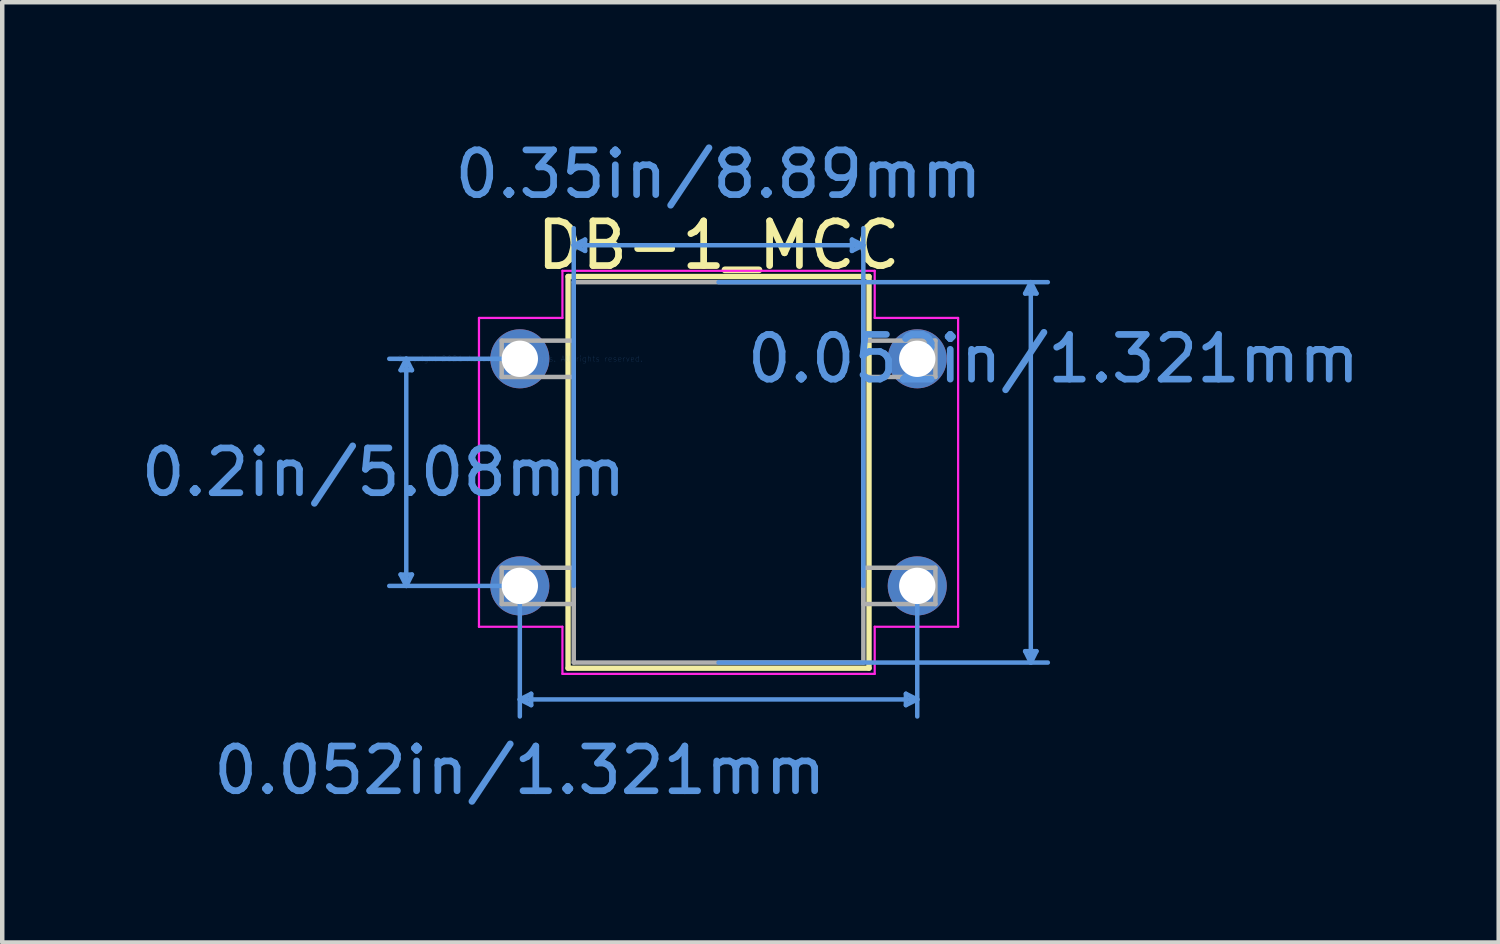
<source format=kicad_pcb>
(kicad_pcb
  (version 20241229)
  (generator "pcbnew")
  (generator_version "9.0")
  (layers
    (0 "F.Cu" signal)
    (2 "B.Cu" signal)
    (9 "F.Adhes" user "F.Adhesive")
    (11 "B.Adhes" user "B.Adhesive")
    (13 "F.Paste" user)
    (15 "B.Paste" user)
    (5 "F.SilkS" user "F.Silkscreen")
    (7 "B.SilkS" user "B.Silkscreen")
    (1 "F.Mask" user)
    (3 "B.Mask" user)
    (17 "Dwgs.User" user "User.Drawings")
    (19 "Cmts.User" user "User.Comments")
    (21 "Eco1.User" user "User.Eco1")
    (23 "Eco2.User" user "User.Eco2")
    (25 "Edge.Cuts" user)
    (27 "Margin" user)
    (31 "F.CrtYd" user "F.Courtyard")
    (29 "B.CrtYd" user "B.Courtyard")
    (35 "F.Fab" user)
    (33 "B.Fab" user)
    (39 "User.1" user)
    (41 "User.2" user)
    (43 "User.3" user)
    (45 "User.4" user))
  (footprint "DB-1_MCC"
    (layer "F.Cu")
    (at 8.578 4.976)
    (property "Reference" "DB-1_MCC" (at 4.445 -2.54 0) (layer "F.SilkS") (effects (font (size 1 1) (thickness 0.15))))
    (attr through_hole)
    (fp_line (start 1.079 -1.841) (end 1.079 6.921) (stroke (width 0.12) (type solid)) (layer "F.SilkS"))
    (fp_line (start 1.079 6.921) (end 7.811 6.921) (stroke (width 0.12) (type solid)) (layer "F.SilkS"))
    (fp_line (start 7.811 -1.841) (end 1.079 -1.841) (stroke (width 0.12) (type solid)) (layer "F.SilkS"))
    (fp_line (start 7.811 6.921) (end 7.811 -1.841) (stroke (width 0.12) (type solid)) (layer "F.SilkS"))
    (fp_line (start -2.667 0.254) (end -2.413 0.254) (stroke (width 0.1) (type solid)) (layer "Cmts.User"))
    (fp_line (start -2.667 4.826) (end -2.413 4.826) (stroke (width 0.1) (type solid)) (layer "Cmts.User"))
    (fp_line (start -2.54 0) (end -2.667 0.254) (stroke (width 0.1) (type solid)) (layer "Cmts.User"))
    (fp_line (start -2.54 0) (end -2.54 5.08) (stroke (width 0.1) (type solid)) (layer "Cmts.User"))
    (fp_line (start -2.54 0) (end -2.413 0.254) (stroke (width 0.1) (type solid)) (layer "Cmts.User"))
    (fp_line (start -2.54 5.08) (end -2.667 4.826) (stroke (width 0.1) (type solid)) (layer "Cmts.User"))
    (fp_line (start -2.54 5.08) (end -2.413 4.826) (stroke (width 0.1) (type solid)) (layer "Cmts.User"))
    (fp_line (start 0 0) (end -2.921 0) (stroke (width 0.1) (type solid)) (layer "Cmts.User"))
    (fp_line (start 0 5.08) (end -2.921 5.08) (stroke (width 0.1) (type solid)) (layer "Cmts.User"))
    (fp_line (start 0 5.08) (end 0 8.001) (stroke (width 0.1) (type solid)) (layer "Cmts.User"))
    (fp_line (start 0 7.62) (end 0.254 7.493) (stroke (width 0.1) (type solid)) (layer "Cmts.User"))
    (fp_line (start 0 7.62) (end 0.254 7.747) (stroke (width 0.1) (type solid)) (layer "Cmts.User"))
    (fp_line (start 0 7.62) (end 8.89 7.62) (stroke (width 0.1) (type solid)) (layer "Cmts.User"))
    (fp_line (start 0.254 7.493) (end 0.254 7.747) (stroke (width 0.1) (type solid)) (layer "Cmts.User"))
    (fp_line (start 1.206 -2.54) (end 1.46 -2.667) (stroke (width 0.1) (type solid)) (layer "Cmts.User"))
    (fp_line (start 1.206 -2.54) (end 1.46 -2.413) (stroke (width 0.1) (type solid)) (layer "Cmts.User"))
    (fp_line (start 1.206 -2.54) (end 7.684 -2.54) (stroke (width 0.1) (type solid)) (layer "Cmts.User"))
    (fp_line (start 1.206 5.08) (end 1.206 -2.921) (stroke (width 0.1) (type solid)) (layer "Cmts.User"))
    (fp_line (start 1.46 -2.667) (end 1.46 -2.413) (stroke (width 0.1) (type solid)) (layer "Cmts.User"))
    (fp_line (start 4.445 -1.714) (end 11.811 -1.714) (stroke (width 0.1) (type solid)) (layer "Cmts.User"))
    (fp_line (start 4.445 6.795) (end 11.811 6.795) (stroke (width 0.1) (type solid)) (layer "Cmts.User"))
    (fp_line (start 7.429 -2.667) (end 7.429 -2.413) (stroke (width 0.1) (type solid)) (layer "Cmts.User"))
    (fp_line (start 7.684 -2.54) (end 7.429 -2.667) (stroke (width 0.1) (type solid)) (layer "Cmts.User"))
    (fp_line (start 7.684 -2.54) (end 7.429 -2.413) (stroke (width 0.1) (type solid)) (layer "Cmts.User"))
    (fp_line (start 7.684 5.08) (end 7.684 -2.921) (stroke (width 0.1) (type solid)) (layer "Cmts.User"))
    (fp_line (start 8.636 7.493) (end 8.636 7.747) (stroke (width 0.1) (type solid)) (layer "Cmts.User"))
    (fp_line (start 8.89 5.08) (end 8.89 8.001) (stroke (width 0.1) (type solid)) (layer "Cmts.User"))
    (fp_line (start 8.89 7.62) (end 8.636 7.493) (stroke (width 0.1) (type solid)) (layer "Cmts.User"))
    (fp_line (start 8.89 7.62) (end 8.636 7.747) (stroke (width 0.1) (type solid)) (layer "Cmts.User"))
    (fp_line (start 11.303 -1.46) (end 11.557 -1.46) (stroke (width 0.1) (type solid)) (layer "Cmts.User"))
    (fp_line (start 11.303 6.54) (end 11.557 6.54) (stroke (width 0.1) (type solid)) (layer "Cmts.User"))
    (fp_line (start 11.43 -1.714) (end 11.303 -1.46) (stroke (width 0.1) (type solid)) (layer "Cmts.User"))
    (fp_line (start 11.43 -1.714) (end 11.43 6.795) (stroke (width 0.1) (type solid)) (layer "Cmts.User"))
    (fp_line (start 11.43 -1.714) (end 11.557 -1.46) (stroke (width 0.1) (type solid)) (layer "Cmts.User"))
    (fp_line (start 11.43 6.795) (end 11.303 6.54) (stroke (width 0.1) (type solid)) (layer "Cmts.User"))
    (fp_line (start 11.43 6.795) (end 11.557 6.54) (stroke (width 0.1) (type solid)) (layer "Cmts.User"))
    (fp_line (start -0.914 -0.914) (end -0.914 5.994) (stroke (width 0.05) (type solid)) (layer "F.CrtYd"))
    (fp_line (start 0.953 -1.968) (end 0.953 -0.914) (stroke (width 0.05) (type solid)) (layer "F.CrtYd"))
    (fp_line (start 0.953 -1.968) (end 7.938 -1.968) (stroke (width 0.05) (type solid)) (layer "F.CrtYd"))
    (fp_line (start 0.953 -0.914) (end -0.914 -0.914) (stroke (width 0.05) (type solid)) (layer "F.CrtYd"))
    (fp_line (start 0.953 5.994) (end -0.914 5.994) (stroke (width 0.05) (type solid)) (layer "F.CrtYd"))
    (fp_line (start 0.953 5.994) (end 0.953 7.048) (stroke (width 0.05) (type solid)) (layer "F.CrtYd"))
    (fp_line (start 0.953 7.048) (end 7.938 7.048) (stroke (width 0.05) (type solid)) (layer "F.CrtYd"))
    (fp_line (start 7.938 -1.968) (end 7.938 -0.914) (stroke (width 0.05) (type solid)) (layer "F.CrtYd"))
    (fp_line (start 7.938 7.048) (end 7.938 5.994) (stroke (width 0.05) (type solid)) (layer "F.CrtYd"))
    (fp_line (start 9.804 -0.914) (end 7.938 -0.914) (stroke (width 0.05) (type solid)) (layer "F.CrtYd"))
    (fp_line (start 9.804 5.994) (end 7.938 5.994) (stroke (width 0.05) (type solid)) (layer "F.CrtYd"))
    (fp_line (start 9.804 5.994) (end 9.804 -0.914) (stroke (width 0.05) (type solid)) (layer "F.CrtYd"))
    (fp_line (start -0.406 -0.406) (end -0.406 0.406) (stroke (width 0.1) (type solid)) (layer "F.Fab"))
    (fp_line (start -0.406 0.406) (end 1.206 0.406) (stroke (width 0.1) (type solid)) (layer "F.Fab"))
    (fp_line (start -0.406 4.674) (end -0.406 5.486) (stroke (width 0.1) (type solid)) (layer "F.Fab"))
    (fp_line (start -0.406 5.486) (end 1.206 5.486) (stroke (width 0.1) (type solid)) (layer "F.Fab"))
    (fp_line (start 1.206 -1.714) (end 1.206 6.795) (stroke (width 0.1) (type solid)) (layer "F.Fab"))
    (fp_line (start 1.206 -0.406) (end -0.406 -0.406) (stroke (width 0.1) (type solid)) (layer "F.Fab"))
    (fp_line (start 1.206 0.406) (end 1.206 -0.406) (stroke (width 0.1) (type solid)) (layer "F.Fab"))
    (fp_line (start 1.206 4.674) (end -0.406 4.674) (stroke (width 0.1) (type solid)) (layer "F.Fab"))
    (fp_line (start 1.206 5.486) (end 1.206 4.674) (stroke (width 0.1) (type solid)) (layer "F.Fab"))
    (fp_line (start 1.206 6.795) (end 7.684 6.795) (stroke (width 0.1) (type solid)) (layer "F.Fab"))
    (fp_line (start 7.684 -1.714) (end 1.206 -1.714) (stroke (width 0.1) (type solid)) (layer "F.Fab"))
    (fp_line (start 7.684 -0.406) (end 7.684 0.406) (stroke (width 0.1) (type solid)) (layer "F.Fab"))
    (fp_line (start 7.684 0.406) (end 9.296 0.406) (stroke (width 0.1) (type solid)) (layer "F.Fab"))
    (fp_line (start 7.684 4.674) (end 7.684 5.486) (stroke (width 0.1) (type solid)) (layer "F.Fab"))
    (fp_line (start 7.684 5.486) (end 9.296 5.486) (stroke (width 0.1) (type solid)) (layer "F.Fab"))
    (fp_line (start 7.684 6.795) (end 7.684 -1.714) (stroke (width 0.1) (type solid)) (layer "F.Fab"))
    (fp_line (start 9.296 -0.406) (end 7.684 -0.406) (stroke (width 0.1) (type solid)) (layer "F.Fab"))
    (fp_line (start 9.296 0.406) (end 9.296 -0.406) (stroke (width 0.1) (type solid)) (layer "F.Fab"))
    (fp_line (start 9.296 4.674) (end 7.684 4.674) (stroke (width 0.1) (type solid)) (layer "F.Fab"))
    (fp_line (start 9.296 5.486) (end 9.296 4.674) (stroke (width 0.1) (type solid)) (layer "F.Fab"))
    (fp_text user "0.052in/1.321mm" (at 0 9.207 0) (layer "Cmts.User") (effects (font (size 1 1) (thickness 0.15))))
    (fp_text user "0.35in/8.89mm" (at 4.445 -4.128 0) (layer "Cmts.User") (effects (font (size 1 1) (thickness 0.15))))
    (fp_text user "0.2in/5.08mm" (at -3.048 2.54 0) (layer "Cmts.User") (effects (font (size 1 1) (thickness 0.15))))
    (fp_text user "0.052in/1.321mm" (at 11.938 0 0) (layer "Cmts.User") (effects (font (size 1 1) (thickness 0.15))))
    (fp_text user "Copyright 2021 Accelerated Designs. All rights reserved." (at 0 0 0) (layer "Cmts.User") (effects (font (size 0.127 0.127) (thickness 0.002))))
    (pad "1" thru_hole circle (at 0 0) (size 1.321 1.321) (drill 0.813) (layers "*.Cu" "*.Mask"))
    (pad "2" thru_hole circle (at 0 5.08) (size 1.321 1.321) (drill 0.813) (layers "*.Cu" "*.Mask"))
    (pad "3" thru_hole circle (at 8.89 5.08) (size 1.321 1.321) (drill 0.813) (layers "*.Cu" "*.Mask"))
    (pad "4" thru_hole circle (at 8.89 0) (size 1.321 1.321) (drill 0.813) (layers "*.Cu" "*.Mask")))
  (gr_rect
    (start -3 -3)
    (end 30.474 18.032)
    (stroke (width 0.1) (type default))
    (fill no)
    (layer "Edge.Cuts")))
</source>
